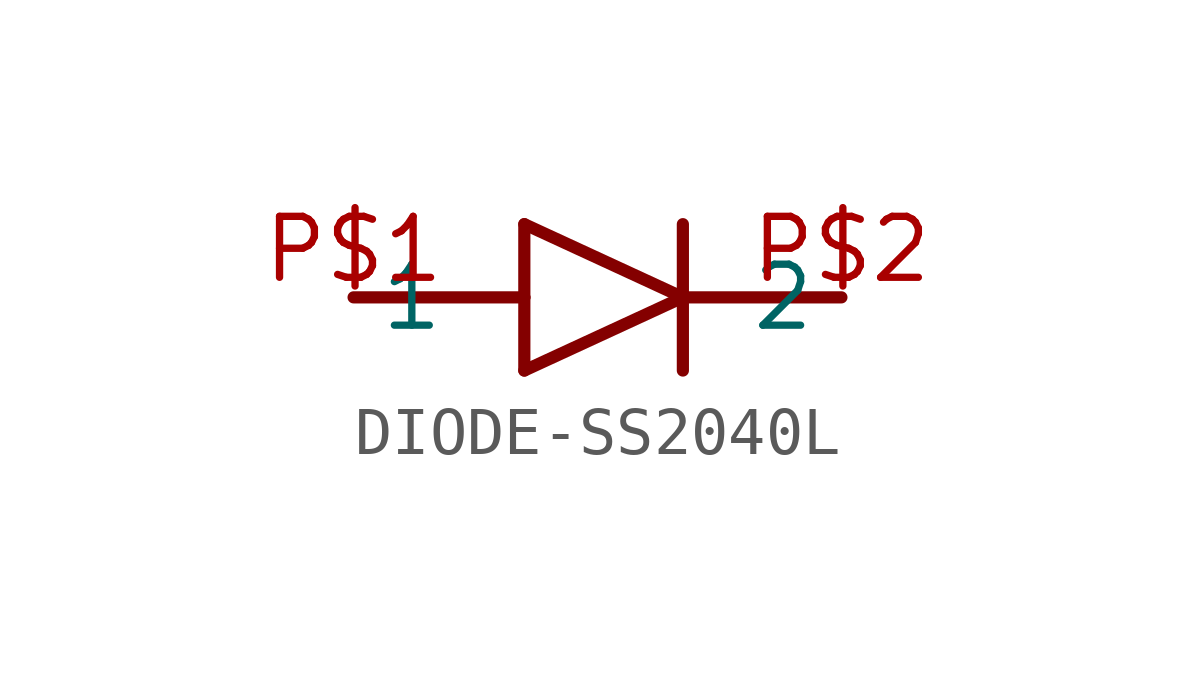
<source format=kicad_sym>
(kicad_symbol_lib
  (version 20220914)
  (generator kicad_symbol_editor)
  (symbol "DIODE-SS2040L"
    (property "Reference" ""
      (at 0 0 0)
      (effects (font (size 1.27 1.27)) hide))
    (property "ki_locked" ""
      (at 0 0 0)
      (effects (font (size 1.27 1.27))))
    (symbol "DIODE-SS2040L_1_0"
      (polyline (pts (xy -5.08 0) (xy -1.524 0)) (stroke (width 0.254) (type solid)) (fill (type none)))
      (polyline (pts (xy -1.524 -1.524) (xy -1.524 0)) (stroke (width 0.254) (type solid)) (fill (type none)))
      (polyline (pts (xy -1.524 0) (xy -1.524 1.524)) (stroke (width 0.254) (type solid)) (fill (type none)))
      (polyline (pts (xy -1.524 1.524) (xy 1.778 0)) (stroke (width 0.254) (type solid)) (fill (type none)))
      (polyline (pts (xy 1.778 0) (xy -1.524 -1.524)) (stroke (width 0.254) (type solid)) (fill (type none)))
      (polyline (pts (xy 1.778 0) (xy 1.778 -1.524)) (stroke (width 0.254) (type solid)) (fill (type none)))
      (polyline (pts (xy 1.778 0) (xy 5.08 0)) (stroke (width 0.254) (type solid)) (fill (type none)))
      (polyline (pts (xy 1.778 1.524) (xy 1.778 0)) (stroke (width 0.254) (type solid)) (fill (type none)))
      (pin bidirectional line (at -5.08 0 0) (length 0) (name "1" (effects (font (size 1.27 1.27)))) (number "P$1" (effects (font (size 1.27 1.27)))))
      (pin bidirectional line (at 5.08 0 180) (length 0) (name "2" (effects (font (size 1.27 1.27)))) (number "P$2" (effects (font (size 1.27 1.27))))))))
</source>
